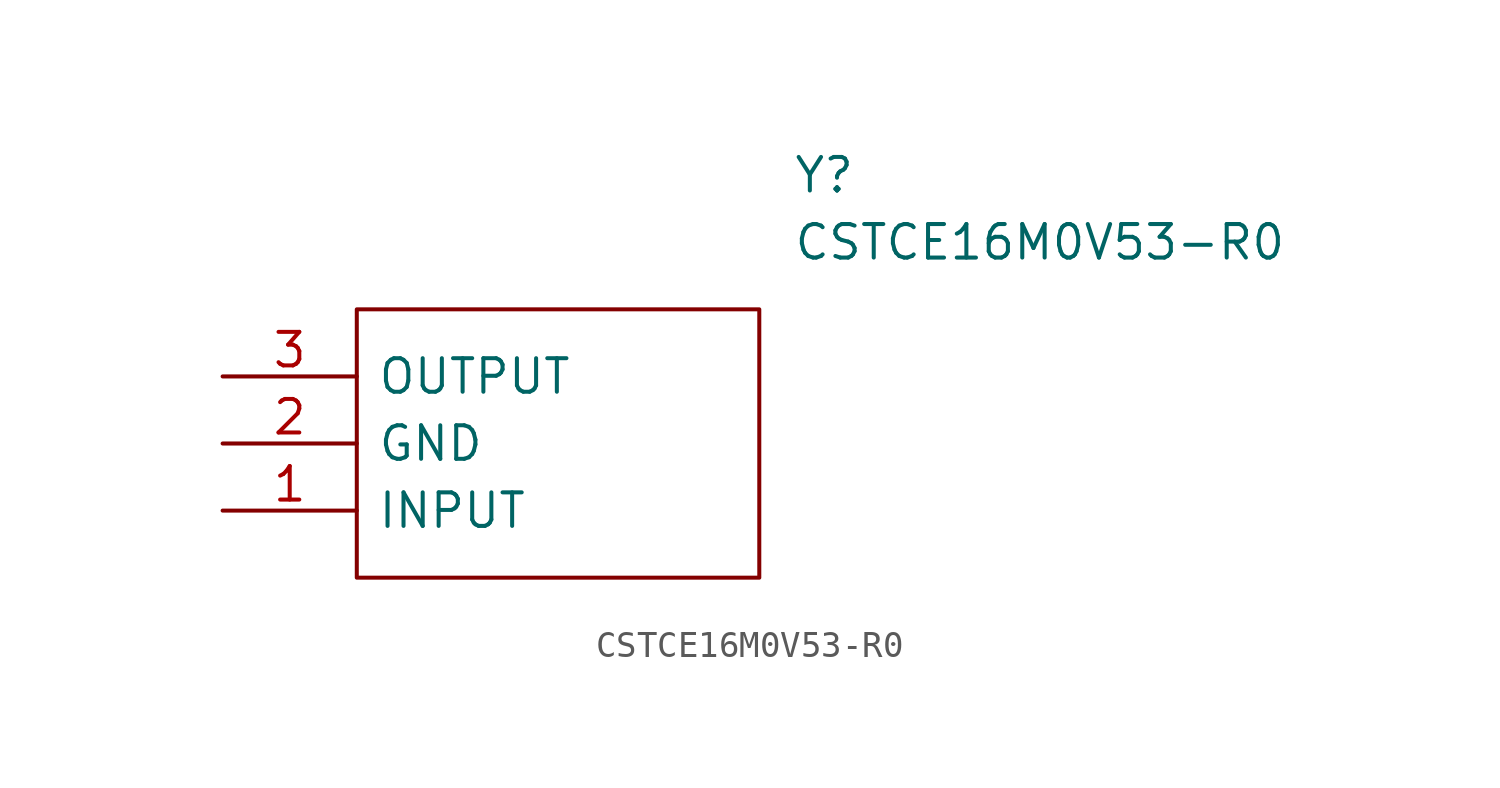
<source format=kicad_sym>
(kicad_symbol_lib
  (version 20211014)
  (generator kicad_symbol_editor)
  (symbol "CSTCE16M0V53-R0"
    (pin_names
      (offset 0.762))
    (property "Reference" "Y"
      (at 21.59 7.62 0)
      (effects (font (size 1.27 1.27)) (justify left)))
    (property "Value" "CSTCE16M0V53-R0"
      (at 21.59 5.08 0)
      (effects (font (size 1.27 1.27)) (justify left)))
    (symbol "CSTCE16M0V53-R0_0_0"
      (pin passive line (at 0 -5.08 0) (length 5.08) (name "INPUT" (effects (font (size 1.27 1.27)))) (number "1" (effects (font (size 1.27 1.27)))))
      (pin passive line (at 0 -2.54 0) (length 5.08) (name "GND" (effects (font (size 1.27 1.27)))) (number "2" (effects (font (size 1.27 1.27)))))
      (pin passive line (at 0 0 0) (length 5.08) (name "OUTPUT" (effects (font (size 1.27 1.27)))) (number "3" (effects (font (size 1.27 1.27))))))
    (symbol "CSTCE16M0V53-R0_0_1"
      (polyline (pts (xy 5.08 2.54) (xy 20.32 2.54) (xy 20.32 -7.62) (xy 5.08 -7.62) (xy 5.08 2.54)) (stroke (width 0.152) (type default) (color 0 0 0 0)) (fill (type none))))))
</source>
